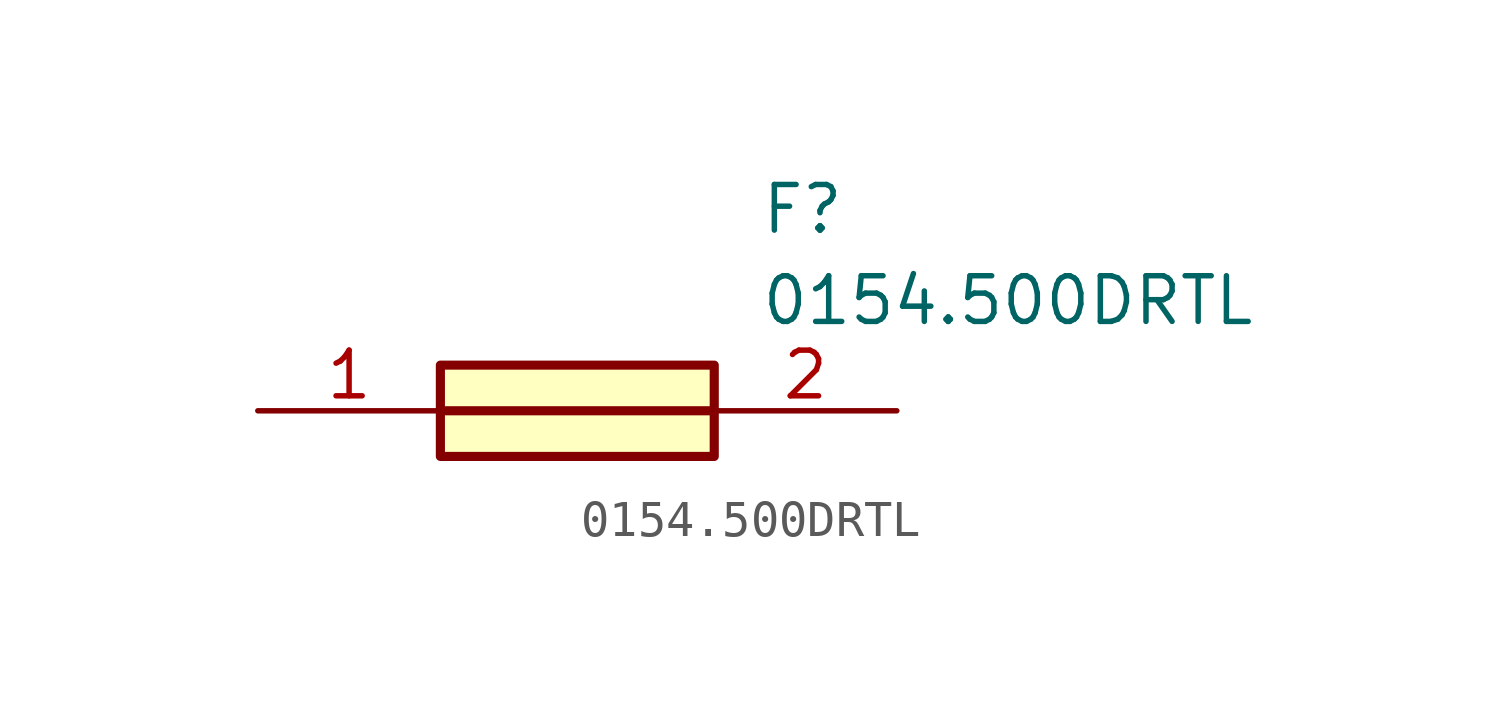
<source format=kicad_sym>
(kicad_symbol_lib
  (version 20220914)
  (generator SamacSys_ECAD_Model)
  (symbol "0154.500DRTL"
    (pin_names hide)
    (property "Reference" "F"
      (at 13.97 6.35 0)
      (effects (font (size 1.27 1.27)) (justify left top)))
    (property "Value" "0154.500DRTL"
      (at 13.97 3.81 0)
      (effects (font (size 1.27 1.27)) (justify left top)))
    (rectangle
      (start 5.08 1.27)
      (end 12.7 -1.27)
      (stroke (width 0.254) (type default))
      (fill (type background)))
    (polyline
      (pts (xy 5.08 0) (xy 12.7 0))
      (stroke (width 0.254) (type default))
      (fill (type none)))
    (pin passive line
      (at 0 0 0)
      (length 5.08)
      (name "1" (effects (font (size 1.27 1.27))))
      (number "1" (effects (font (size 1.27 1.27)))))
    (pin passive line
      (at 17.78 0 180)
      (length 5.08)
      (name "2" (effects (font (size 1.27 1.27))))
      (number "2" (effects (font (size 1.27 1.27)))))))
</source>
